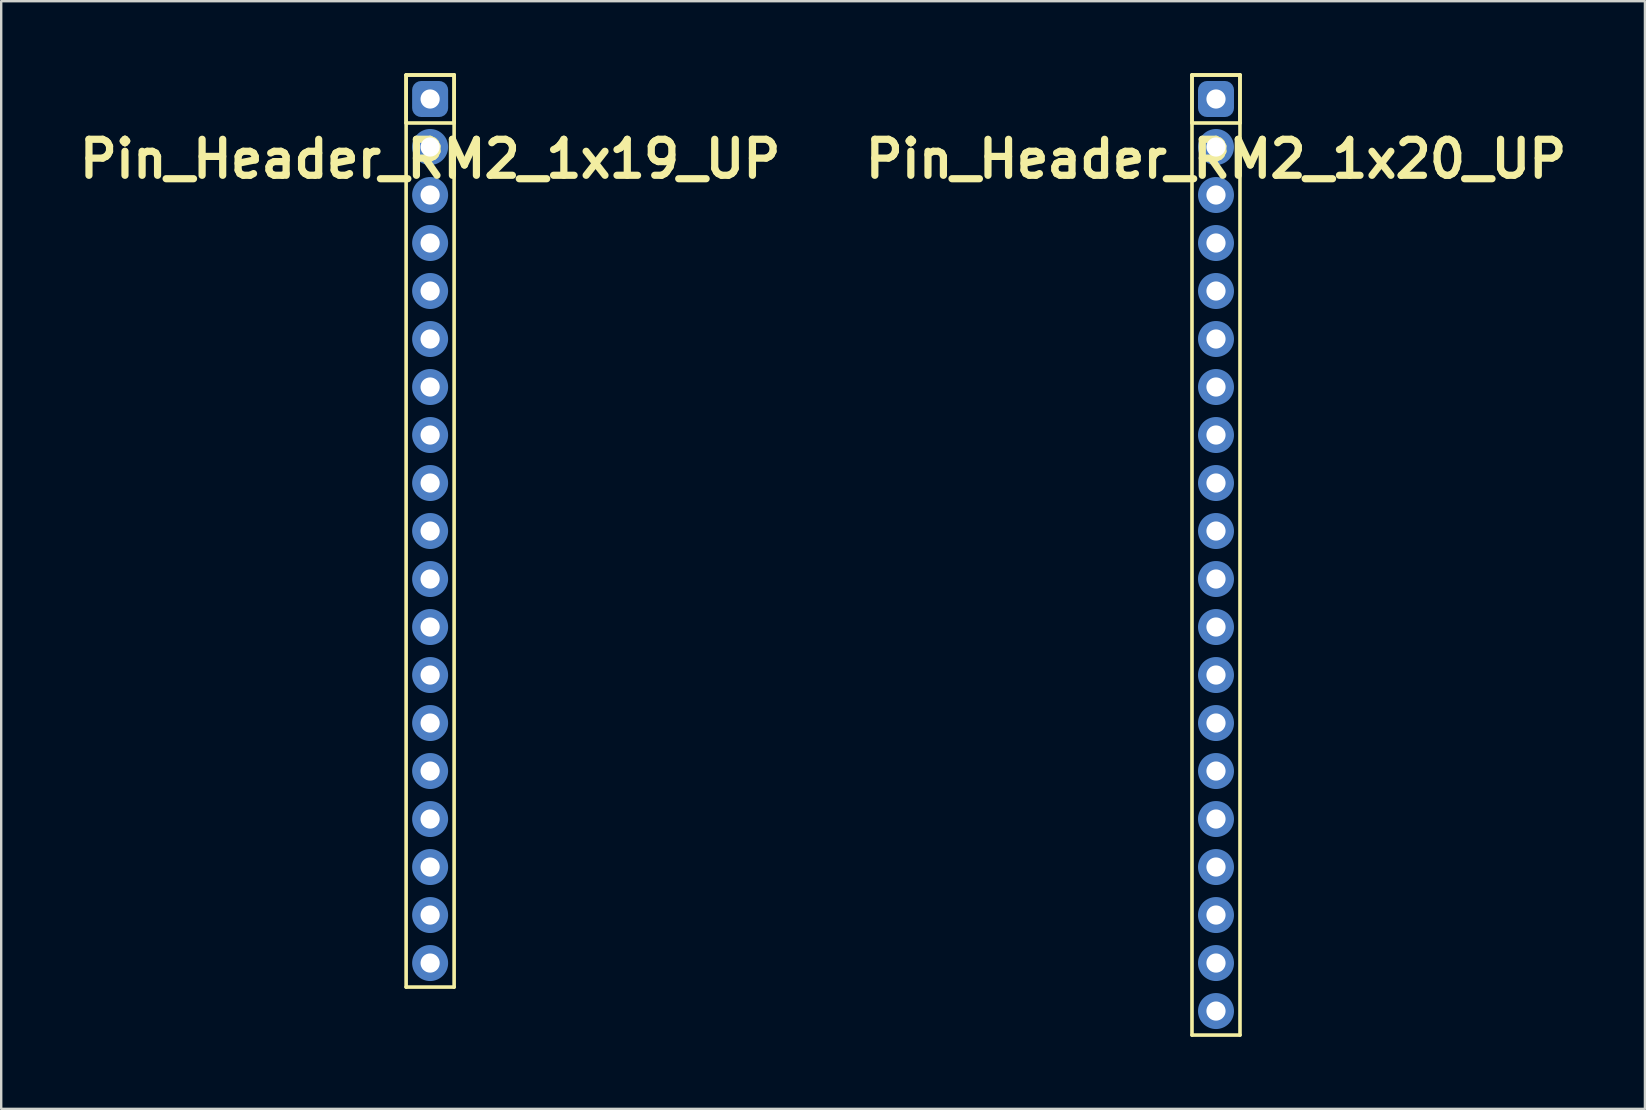
<source format=kicad_pcb>
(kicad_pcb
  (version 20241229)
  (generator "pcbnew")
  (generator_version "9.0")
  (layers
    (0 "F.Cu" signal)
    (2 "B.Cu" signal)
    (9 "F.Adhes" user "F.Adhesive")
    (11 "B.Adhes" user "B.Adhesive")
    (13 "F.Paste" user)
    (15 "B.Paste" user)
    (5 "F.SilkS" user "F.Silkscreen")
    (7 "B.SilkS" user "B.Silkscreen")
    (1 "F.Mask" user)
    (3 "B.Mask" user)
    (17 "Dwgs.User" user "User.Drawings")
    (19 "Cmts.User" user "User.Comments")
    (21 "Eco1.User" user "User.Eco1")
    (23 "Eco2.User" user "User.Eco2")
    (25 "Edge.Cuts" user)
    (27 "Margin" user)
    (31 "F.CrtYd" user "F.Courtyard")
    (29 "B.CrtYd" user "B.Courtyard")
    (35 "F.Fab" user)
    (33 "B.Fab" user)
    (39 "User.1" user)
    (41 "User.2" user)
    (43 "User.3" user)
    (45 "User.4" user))
  (footprint "Pin_Header_RM2_1x19_UP"
    (layer "F.Cu")
    (at 14.871 1.075)
    (property "Reference" "Pin_Header_RM2_1x19_UP" (at 0 2.5 0) (layer "F.SilkS") (effects (font (size 1.5 1.5) (thickness 0.3))))
    (attr through_hole)
    (fp_line (start -1 -1) (end 1 -1) (stroke (width 0.15) (type solid)) (layer "F.SilkS"))
    (fp_line (start -1 -1) (end 1 -1) (stroke (width 0.15) (type solid)) (layer "F.SilkS"))
    (fp_line (start -1 1) (end -1 -1) (stroke (width 0.15) (type solid)) (layer "F.SilkS"))
    (fp_line (start -1 37) (end -1 -1) (stroke (width 0.15) (type solid)) (layer "F.SilkS"))
    (fp_line (start 1 -1) (end 1 1) (stroke (width 0.15) (type solid)) (layer "F.SilkS"))
    (fp_line (start 1 -1) (end 1 37) (stroke (width 0.15) (type solid)) (layer "F.SilkS"))
    (fp_line (start 1 1) (end -1 1) (stroke (width 0.15) (type solid)) (layer "F.SilkS"))
    (fp_line (start 1 37) (end -1 37) (stroke (width 0.15) (type solid)) (layer "F.SilkS"))
    (pad "1" thru_hole circle (at 0 0) (size 1.1 1.1) (drill 0.8) (layers "*.Cu" "*.Mask"))
    (pad "1" smd roundrect (at 0 0) (size 1.25 1.25) (layers "F.Cu" "F.Mask") (roundrect_rratio 0.25))
    (pad "1" smd roundrect (at 0 0) (size 1.5 1.5) (layers "B.Cu" "B.Mask") (roundrect_rratio 0.25))
    (pad "2" thru_hole circle (at 0 2) (size 1.1 1.1) (drill 0.8) (layers "*.Cu" "*.Mask"))
    (pad "2" smd circle (at 0 2) (size 1.25 1.25) (layers "F.Cu" "F.Mask"))
    (pad "2" smd circle (at 0 2) (size 1.5 1.5) (layers "B.Cu" "B.Mask"))
    (pad "3" thru_hole circle (at 0 4) (size 1.1 1.1) (drill 0.8) (layers "*.Cu" "*.Mask"))
    (pad "3" smd circle (at 0 4) (size 1.25 1.25) (layers "F.Cu" "F.Mask"))
    (pad "3" smd circle (at 0 4) (size 1.5 1.5) (layers "B.Cu" "B.Mask"))
    (pad "4" thru_hole circle (at 0 6) (size 1.1 1.1) (drill 0.8) (layers "*.Cu" "*.Mask"))
    (pad "4" smd circle (at 0 6) (size 1.25 1.25) (layers "F.Cu" "F.Mask"))
    (pad "4" smd circle (at 0 6) (size 1.5 1.5) (layers "B.Cu" "B.Mask"))
    (pad "5" thru_hole circle (at 0 8) (size 1.1 1.1) (drill 0.8) (layers "*.Cu" "*.Mask"))
    (pad "5" smd circle (at 0 8) (size 1.25 1.25) (layers "F.Cu" "F.Mask"))
    (pad "5" smd circle (at 0 8) (size 1.5 1.5) (layers "B.Cu" "B.Mask"))
    (pad "6" thru_hole circle (at 0 10) (size 1.1 1.1) (drill 0.8) (layers "*.Cu" "*.Mask"))
    (pad "6" smd circle (at 0 10) (size 1.25 1.25) (layers "F.Cu" "F.Mask"))
    (pad "6" smd circle (at 0 10) (size 1.5 1.5) (layers "B.Cu" "B.Mask"))
    (pad "7" thru_hole circle (at 0 12) (size 1.1 1.1) (drill 0.8) (layers "*.Cu" "*.Mask"))
    (pad "7" smd circle (at 0 12) (size 1.25 1.25) (layers "F.Cu" "F.Mask"))
    (pad "7" smd circle (at 0 12) (size 1.5 1.5) (layers "B.Cu" "B.Mask"))
    (pad "8" thru_hole circle (at 0 14) (size 1.1 1.1) (drill 0.8) (layers "*.Cu" "*.Mask"))
    (pad "8" smd circle (at 0 14) (size 1.25 1.25) (layers "F.Cu" "F.Mask"))
    (pad "8" smd circle (at 0 14) (size 1.5 1.5) (layers "B.Cu" "B.Mask"))
    (pad "9" thru_hole circle (at 0 16) (size 1.1 1.1) (drill 0.8) (layers "*.Cu" "*.Mask"))
    (pad "9" smd circle (at 0 16) (size 1.25 1.25) (layers "F.Cu" "F.Mask"))
    (pad "9" smd circle (at 0 16) (size 1.5 1.5) (layers "B.Cu" "B.Mask"))
    (pad "10" thru_hole circle (at 0 18) (size 1.1 1.1) (drill 0.8) (layers "*.Cu" "*.Mask"))
    (pad "10" smd circle (at 0 18) (size 1.25 1.25) (layers "F.Cu" "F.Mask"))
    (pad "10" smd circle (at 0 18) (size 1.5 1.5) (layers "B.Cu" "B.Mask"))
    (pad "11" thru_hole circle (at 0 20) (size 1.1 1.1) (drill 0.8) (layers "*.Cu" "*.Mask"))
    (pad "11" smd circle (at 0 20) (size 1.25 1.25) (layers "F.Cu" "F.Mask"))
    (pad "11" smd circle (at 0 20) (size 1.5 1.5) (layers "B.Cu" "B.Mask"))
    (pad "12" thru_hole circle (at 0 22) (size 1.1 1.1) (drill 0.8) (layers "*.Cu" "*.Mask"))
    (pad "12" smd circle (at 0 22) (size 1.25 1.25) (layers "F.Cu" "F.Mask"))
    (pad "12" smd circle (at 0 22) (size 1.5 1.5) (layers "B.Cu" "B.Mask"))
    (pad "13" thru_hole circle (at 0 24) (size 1.1 1.1) (drill 0.8) (layers "*.Cu" "*.Mask"))
    (pad "13" smd circle (at 0 24) (size 1.25 1.25) (layers "F.Cu" "F.Mask"))
    (pad "13" smd circle (at 0 24) (size 1.5 1.5) (layers "B.Cu" "B.Mask"))
    (pad "14" thru_hole circle (at 0 26) (size 1.1 1.1) (drill 0.8) (layers "*.Cu" "*.Mask"))
    (pad "14" smd circle (at 0 26) (size 1.25 1.25) (layers "F.Cu" "F.Mask"))
    (pad "14" smd circle (at 0 26) (size 1.5 1.5) (layers "B.Cu" "B.Mask"))
    (pad "15" thru_hole circle (at 0 28) (size 1.1 1.1) (drill 0.8) (layers "*.Cu" "*.Mask"))
    (pad "15" smd circle (at 0 28) (size 1.25 1.25) (layers "F.Cu" "F.Mask"))
    (pad "15" smd circle (at 0 28) (size 1.5 1.5) (layers "B.Cu" "B.Mask"))
    (pad "16" thru_hole circle (at 0 30) (size 1.1 1.1) (drill 0.8) (layers "*.Cu" "*.Mask"))
    (pad "16" smd circle (at 0 30) (size 1.25 1.25) (layers "F.Cu" "F.Mask"))
    (pad "16" smd circle (at 0 30) (size 1.5 1.5) (layers "B.Cu" "B.Mask"))
    (pad "17" thru_hole circle (at 0 32) (size 1.1 1.1) (drill 0.8) (layers "*.Cu" "*.Mask"))
    (pad "17" smd circle (at 0 32) (size 1.25 1.25) (layers "F.Cu" "F.Mask"))
    (pad "17" smd circle (at 0 32) (size 1.5 1.5) (layers "B.Cu" "B.Mask"))
    (pad "18" thru_hole circle (at 0 34) (size 1.1 1.1) (drill 0.8) (layers "*.Cu" "*.Mask"))
    (pad "18" smd circle (at 0 34) (size 1.25 1.25) (layers "F.Cu" "F.Mask"))
    (pad "18" smd circle (at 0 34) (size 1.5 1.5) (layers "B.Cu" "B.Mask"))
    (pad "19" thru_hole circle (at 0 36) (size 1.1 1.1) (drill 0.8) (layers "*.Cu" "*.Mask"))
    (pad "19" smd circle (at 0 36) (size 1.25 1.25) (layers "F.Cu" "F.Mask"))
    (pad "19" smd circle (at 0 36) (size 1.5 1.5) (layers "B.Cu" "B.Mask")))
  (footprint "Pin_Header_RM2_1x20_UP"
    (layer "F.Cu")
    (at 47.614 1.075)
    (property "Reference" "Pin_Header_RM2_1x20_UP" (at 0 2.5 0) (layer "F.SilkS") (effects (font (size 1.5 1.5) (thickness 0.3))))
    (attr through_hole)
    (fp_line (start -1 -1) (end 1 -1) (stroke (width 0.15) (type solid)) (layer "F.SilkS"))
    (fp_line (start -1 -1) (end 1 -1) (stroke (width 0.15) (type solid)) (layer "F.SilkS"))
    (fp_line (start -1 1) (end -1 -1) (stroke (width 0.15) (type solid)) (layer "F.SilkS"))
    (fp_line (start -1 39) (end -1 -1) (stroke (width 0.15) (type solid)) (layer "F.SilkS"))
    (fp_line (start 1 -1) (end 1 1) (stroke (width 0.15) (type solid)) (layer "F.SilkS"))
    (fp_line (start 1 -1) (end 1 39) (stroke (width 0.15) (type solid)) (layer "F.SilkS"))
    (fp_line (start 1 1) (end -1 1) (stroke (width 0.15) (type solid)) (layer "F.SilkS"))
    (fp_line (start 1 39) (end -1 39) (stroke (width 0.15) (type solid)) (layer "F.SilkS"))
    (pad "1" thru_hole circle (at 0 0) (size 1.1 1.1) (drill 0.8) (layers "*.Cu" "*.Mask"))
    (pad "1" smd roundrect (at 0 0) (size 1.25 1.25) (layers "F.Cu" "F.Mask") (roundrect_rratio 0.25))
    (pad "1" smd roundrect (at 0 0) (size 1.5 1.5) (layers "B.Cu" "B.Mask") (roundrect_rratio 0.25))
    (pad "2" thru_hole circle (at 0 2) (size 1.1 1.1) (drill 0.8) (layers "*.Cu" "*.Mask"))
    (pad "2" smd circle (at 0 2) (size 1.25 1.25) (layers "F.Cu" "F.Mask"))
    (pad "2" smd circle (at 0 2) (size 1.5 1.5) (layers "B.Cu" "B.Mask"))
    (pad "3" thru_hole circle (at 0 4) (size 1.1 1.1) (drill 0.8) (layers "*.Cu" "*.Mask"))
    (pad "3" smd circle (at 0 4) (size 1.25 1.25) (layers "F.Cu" "F.Mask"))
    (pad "3" smd circle (at 0 4) (size 1.5 1.5) (layers "B.Cu" "B.Mask"))
    (pad "4" thru_hole circle (at 0 6) (size 1.1 1.1) (drill 0.8) (layers "*.Cu" "*.Mask"))
    (pad "4" smd circle (at 0 6) (size 1.25 1.25) (layers "F.Cu" "F.Mask"))
    (pad "4" smd circle (at 0 6) (size 1.5 1.5) (layers "B.Cu" "B.Mask"))
    (pad "5" thru_hole circle (at 0 8) (size 1.1 1.1) (drill 0.8) (layers "*.Cu" "*.Mask"))
    (pad "5" smd circle (at 0 8) (size 1.25 1.25) (layers "F.Cu" "F.Mask"))
    (pad "5" smd circle (at 0 8) (size 1.5 1.5) (layers "B.Cu" "B.Mask"))
    (pad "6" thru_hole circle (at 0 10) (size 1.1 1.1) (drill 0.8) (layers "*.Cu" "*.Mask"))
    (pad "6" smd circle (at 0 10) (size 1.25 1.25) (layers "F.Cu" "F.Mask"))
    (pad "6" smd circle (at 0 10) (size 1.5 1.5) (layers "B.Cu" "B.Mask"))
    (pad "7" thru_hole circle (at 0 12) (size 1.1 1.1) (drill 0.8) (layers "*.Cu" "*.Mask"))
    (pad "7" smd circle (at 0 12) (size 1.25 1.25) (layers "F.Cu" "F.Mask"))
    (pad "7" smd circle (at 0 12) (size 1.5 1.5) (layers "B.Cu" "B.Mask"))
    (pad "8" thru_hole circle (at 0 14) (size 1.1 1.1) (drill 0.8) (layers "*.Cu" "*.Mask"))
    (pad "8" smd circle (at 0 14) (size 1.25 1.25) (layers "F.Cu" "F.Mask"))
    (pad "8" smd circle (at 0 14) (size 1.5 1.5) (layers "B.Cu" "B.Mask"))
    (pad "9" thru_hole circle (at 0 16) (size 1.1 1.1) (drill 0.8) (layers "*.Cu" "*.Mask"))
    (pad "9" smd circle (at 0 16) (size 1.25 1.25) (layers "F.Cu" "F.Mask"))
    (pad "9" smd circle (at 0 16) (size 1.5 1.5) (layers "B.Cu" "B.Mask"))
    (pad "10" thru_hole circle (at 0 18) (size 1.1 1.1) (drill 0.8) (layers "*.Cu" "*.Mask"))
    (pad "10" smd circle (at 0 18) (size 1.25 1.25) (layers "F.Cu" "F.Mask"))
    (pad "10" smd circle (at 0 18) (size 1.5 1.5) (layers "B.Cu" "B.Mask"))
    (pad "11" thru_hole circle (at 0 20) (size 1.1 1.1) (drill 0.8) (layers "*.Cu" "*.Mask"))
    (pad "11" smd circle (at 0 20) (size 1.25 1.25) (layers "F.Cu" "F.Mask"))
    (pad "11" smd circle (at 0 20) (size 1.5 1.5) (layers "B.Cu" "B.Mask"))
    (pad "12" thru_hole circle (at 0 22) (size 1.1 1.1) (drill 0.8) (layers "*.Cu" "*.Mask"))
    (pad "12" smd circle (at 0 22) (size 1.25 1.25) (layers "F.Cu" "F.Mask"))
    (pad "12" smd circle (at 0 22) (size 1.5 1.5) (layers "B.Cu" "B.Mask"))
    (pad "13" thru_hole circle (at 0 24) (size 1.1 1.1) (drill 0.8) (layers "*.Cu" "*.Mask"))
    (pad "13" smd circle (at 0 24) (size 1.25 1.25) (layers "F.Cu" "F.Mask"))
    (pad "13" smd circle (at 0 24) (size 1.5 1.5) (layers "B.Cu" "B.Mask"))
    (pad "14" thru_hole circle (at 0 26) (size 1.1 1.1) (drill 0.8) (layers "*.Cu" "*.Mask"))
    (pad "14" smd circle (at 0 26) (size 1.25 1.25) (layers "F.Cu" "F.Mask"))
    (pad "14" smd circle (at 0 26) (size 1.5 1.5) (layers "B.Cu" "B.Mask"))
    (pad "15" thru_hole circle (at 0 28) (size 1.1 1.1) (drill 0.8) (layers "*.Cu" "*.Mask"))
    (pad "15" smd circle (at 0 28) (size 1.25 1.25) (layers "F.Cu" "F.Mask"))
    (pad "15" smd circle (at 0 28) (size 1.5 1.5) (layers "B.Cu" "B.Mask"))
    (pad "16" thru_hole circle (at 0 30) (size 1.1 1.1) (drill 0.8) (layers "*.Cu" "*.Mask"))
    (pad "16" smd circle (at 0 30) (size 1.25 1.25) (layers "F.Cu" "F.Mask"))
    (pad "16" smd circle (at 0 30) (size 1.5 1.5) (layers "B.Cu" "B.Mask"))
    (pad "17" thru_hole circle (at 0 32) (size 1.1 1.1) (drill 0.8) (layers "*.Cu" "*.Mask"))
    (pad "17" smd circle (at 0 32) (size 1.25 1.25) (layers "F.Cu" "F.Mask"))
    (pad "17" smd circle (at 0 32) (size 1.5 1.5) (layers "B.Cu" "B.Mask"))
    (pad "18" thru_hole circle (at 0 34) (size 1.1 1.1) (drill 0.8) (layers "*.Cu" "*.Mask"))
    (pad "18" smd circle (at 0 34) (size 1.25 1.25) (layers "F.Cu" "F.Mask"))
    (pad "18" smd circle (at 0 34) (size 1.5 1.5) (layers "B.Cu" "B.Mask"))
    (pad "19" thru_hole circle (at 0 36) (size 1.1 1.1) (drill 0.8) (layers "*.Cu" "*.Mask"))
    (pad "19" smd circle (at 0 36) (size 1.25 1.25) (layers "F.Cu" "F.Mask"))
    (pad "19" smd circle (at 0 36) (size 1.5 1.5) (layers "B.Cu" "B.Mask"))
    (pad "20" thru_hole circle (at 0 38) (size 1.1 1.1) (drill 0.8) (layers "*.Cu" "*.Mask"))
    (pad "20" smd circle (at 0 38) (size 1.25 1.25) (layers "F.Cu" "F.Mask"))
    (pad "20" smd circle (at 0 38) (size 1.5 1.5) (layers "B.Cu" "B.Mask")))
  (gr_rect
    (start -3 -3)
    (end 65.486 43.15)
    (stroke (width 0.1) (type default))
    (fill no)
    (layer "Edge.Cuts")))
</source>
